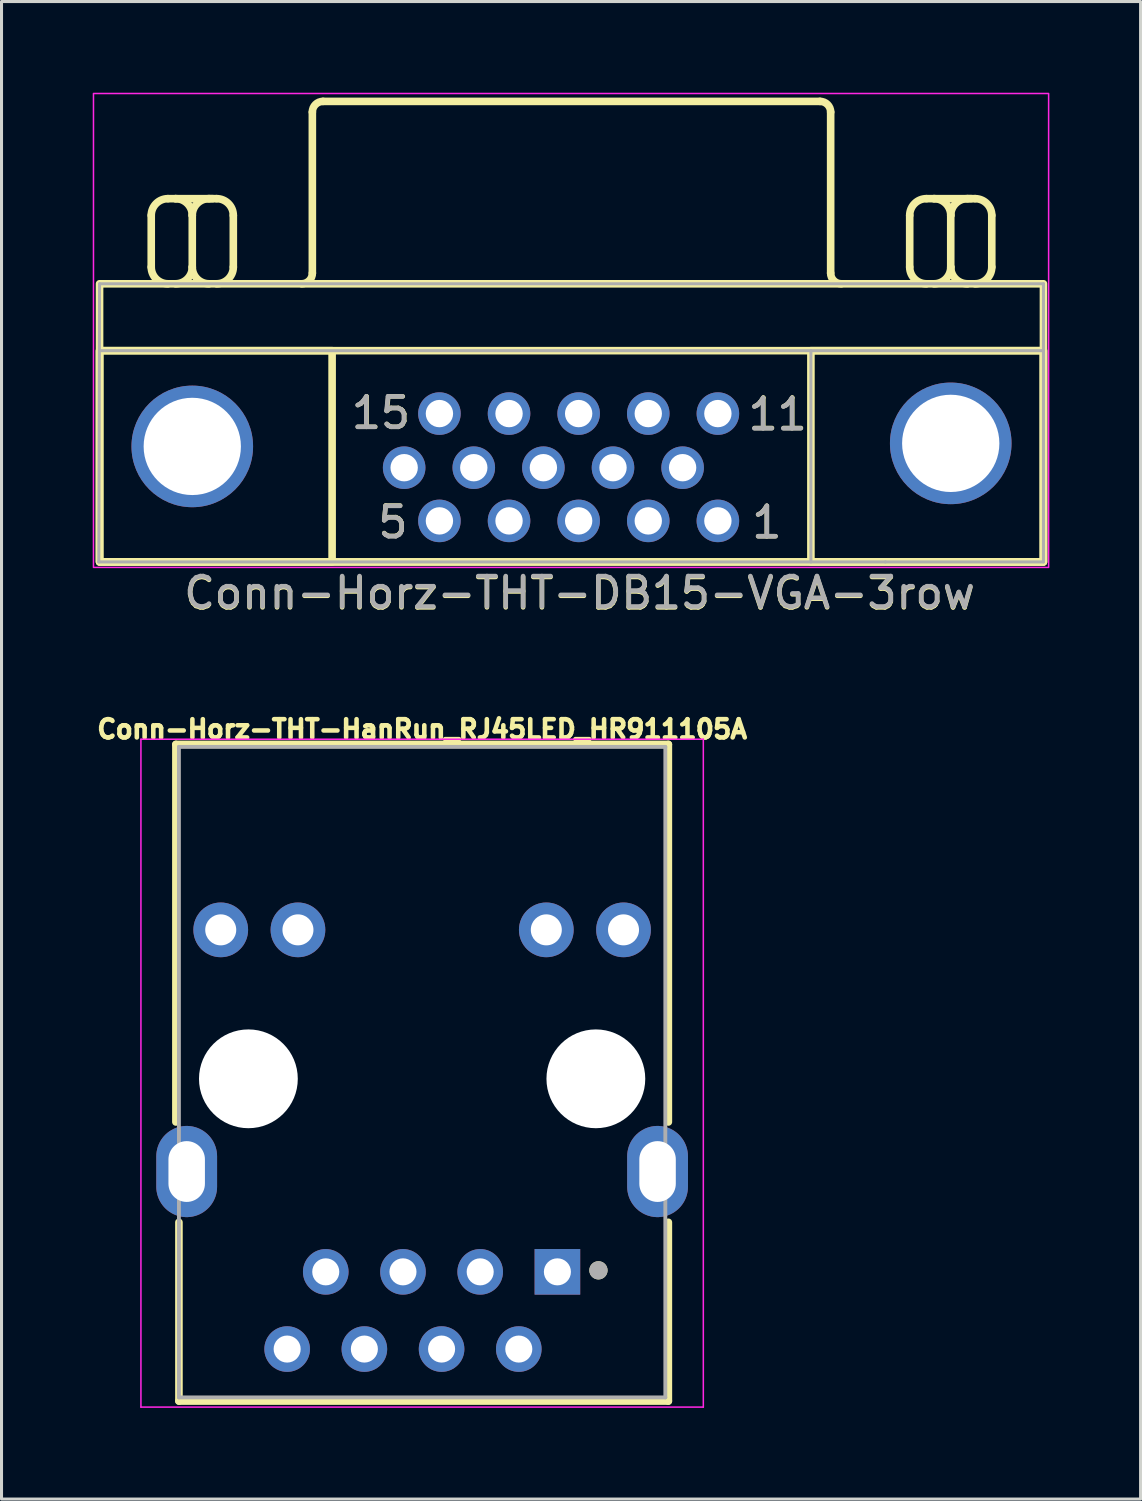
<source format=kicad_pcb>
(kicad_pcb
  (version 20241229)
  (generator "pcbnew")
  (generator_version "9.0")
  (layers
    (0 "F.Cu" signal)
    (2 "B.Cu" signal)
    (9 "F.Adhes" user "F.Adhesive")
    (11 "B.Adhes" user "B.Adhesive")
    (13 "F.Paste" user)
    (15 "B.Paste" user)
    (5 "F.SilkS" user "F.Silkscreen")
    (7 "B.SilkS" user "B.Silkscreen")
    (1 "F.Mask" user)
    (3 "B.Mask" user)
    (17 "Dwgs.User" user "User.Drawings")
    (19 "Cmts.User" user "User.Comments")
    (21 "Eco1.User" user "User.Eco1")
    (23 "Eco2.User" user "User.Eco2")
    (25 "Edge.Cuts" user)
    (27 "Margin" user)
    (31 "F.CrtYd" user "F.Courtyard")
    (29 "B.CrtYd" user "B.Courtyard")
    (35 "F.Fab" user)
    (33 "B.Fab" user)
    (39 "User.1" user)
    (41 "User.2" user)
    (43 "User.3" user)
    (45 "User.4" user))
  (footprint "Conn-Horz-THT-DB15-VGA-3row"
    (layer "F.Cu")
    (at 16.125 12.535)
    (property "Reference" "Conn-Horz-THT-DB15-VGA-3row" (at -0.11 3.94 0) (unlocked yes) (layer "F.SilkS") (effects (font (size 1 1) (thickness 0.15))))
    (attr through_hole)
    (fp_line (start -14.2 -6.8) (end -14.2 -8.5) (stroke (width 0.25) (type solid)) (layer "F.SilkS"))
    (fp_line (start -13.65 -6.25) (end -13.4 -6.25) (stroke (width 0.12) (type solid)) (layer "F.SilkS"))
    (fp_line (start -13.4 -9.05) (end -13.65 -9.05) (stroke (width 0.25) (type solid)) (layer "F.SilkS"))
    (fp_line (start -13.4 -9.05) (end -12.175 -9.05) (stroke (width 0.25) (type solid)) (layer "F.SilkS"))
    (fp_line (start -12.85 -8.5) (end -12.85 -6.8) (stroke (width 0.25) (type solid)) (layer "F.SilkS"))
    (fp_line (start -12.3 -6.25) (end -12.05 -6.25) (stroke (width 0.12) (type solid)) (layer "F.SilkS"))
    (fp_line (start -12.05 -9.05) (end -12.3 -9.05) (stroke (width 0.25) (type solid)) (layer "F.SilkS"))
    (fp_line (start -11.5 -8.5) (end -11.5 -6.8) (stroke (width 0.25) (type solid)) (layer "F.SilkS"))
    (fp_line (start -8.9 -6.6) (end -8.9 -11.9) (stroke (width 0.25) (type solid)) (layer "F.SilkS"))
    (fp_line (start -8.55 -12.25) (end 7.8 -12.25) (stroke (width 0.25) (type solid)) (layer "F.SilkS"))
    (fp_line (start 8.15 -11.9) (end 8.15 -6.6) (stroke (width 0.25) (type solid)) (layer "F.SilkS"))
    (fp_line (start 10.75 -6.8) (end 10.75 -8.5) (stroke (width 0.25) (type solid)) (layer "F.SilkS"))
    (fp_line (start 11.3 -6.25) (end 11.55 -6.25) (stroke (width 0.12) (type solid)) (layer "F.SilkS"))
    (fp_line (start 11.55 -9.05) (end 11.3 -9.05) (stroke (width 0.25) (type solid)) (layer "F.SilkS"))
    (fp_line (start 11.55 -9.05) (end 12.775 -9.05) (stroke (width 0.25) (type solid)) (layer "F.SilkS"))
    (fp_line (start 12.1 -8.5) (end 12.1 -6.8) (stroke (width 0.25) (type solid)) (layer "F.SilkS"))
    (fp_line (start 12.65 -6.25) (end 12.9 -6.25) (stroke (width 0.12) (type solid)) (layer "F.SilkS"))
    (fp_line (start 12.9 -9.05) (end 12.65 -9.05) (stroke (width 0.25) (type solid)) (layer "F.SilkS"))
    (fp_line (start 13.45 -8.5) (end 13.45 -6.8) (stroke (width 0.25) (type solid)) (layer "F.SilkS"))
    (fp_rect (start -15.9 -6.25) (end 15.15 2.9) (stroke (width 0.25) (type solid)) (fill no) (layer "F.SilkS"))
    (fp_rect (start -15.9 -4.05) (end -8.25 2.9) (stroke (width 0.25) (type solid)) (fill no) (layer "F.SilkS"))
    (fp_rect (start -15.9 -4.05) (end 15.15 2.9) (stroke (width 0.25) (type solid)) (fill no) (layer "F.SilkS"))
    (fp_rect (start 7.5 -4.05) (end 15.15 2.9) (stroke (width 0.25) (type solid)) (fill no) (layer "F.SilkS"))
    (fp_arc (start -14.2 -8.5) (mid -14.038909 -8.888909) (end -13.65 -9.05) (stroke (width 0.25) (type solid)) (layer "F.SilkS"))
    (fp_arc (start -13.65 -6.25) (mid -14.038909 -6.411091) (end -14.2 -6.8) (stroke (width 0.25) (type solid)) (layer "F.SilkS"))
    (fp_arc (start -13.4 -9.05) (mid -13.011091 -8.888909) (end -12.85 -8.5) (stroke (width 0.25) (type solid)) (layer "F.SilkS"))
    (fp_arc (start -12.85 -8.5) (mid -12.688909 -8.888909) (end -12.3 -9.05) (stroke (width 0.25) (type solid)) (layer "F.SilkS"))
    (fp_arc (start -12.85 -6.8) (mid -13.011091 -6.411091) (end -13.4 -6.25) (stroke (width 0.25) (type solid)) (layer "F.SilkS"))
    (fp_arc (start -12.3 -6.25) (mid -12.688909 -6.411091) (end -12.85 -6.8) (stroke (width 0.25) (type solid)) (layer "F.SilkS"))
    (fp_arc (start -12.05 -9.05) (mid -11.661091 -8.888909) (end -11.5 -8.5) (stroke (width 0.25) (type solid)) (layer "F.SilkS"))
    (fp_arc (start -11.5 -6.8) (mid -11.661091 -6.411091) (end -12.05 -6.25) (stroke (width 0.25) (type solid)) (layer "F.SilkS"))
    (fp_arc (start -8.9 -11.9) (mid -8.797487 -12.147487) (end -8.55 -12.25) (stroke (width 0.25) (type solid)) (layer "F.SilkS"))
    (fp_arc (start -8.9 -6.6) (mid -9.002513 -6.352513) (end -9.25 -6.25) (stroke (width 0.25) (type solid)) (layer "F.SilkS"))
    (fp_arc (start 7.8 -12.25) (mid 8.047487 -12.147487) (end 8.15 -11.9) (stroke (width 0.25) (type solid)) (layer "F.SilkS"))
    (fp_arc (start 8.5 -6.25) (mid 8.252513 -6.352513) (end 8.15 -6.6) (stroke (width 0.25) (type solid)) (layer "F.SilkS"))
    (fp_arc (start 10.75 -8.5) (mid 10.911091 -8.888909) (end 11.3 -9.05) (stroke (width 0.25) (type solid)) (layer "F.SilkS"))
    (fp_arc (start 11.3 -6.25) (mid 10.911091 -6.411091) (end 10.75 -6.8) (stroke (width 0.25) (type solid)) (layer "F.SilkS"))
    (fp_arc (start 11.55 -9.05) (mid 11.938909 -8.888909) (end 12.1 -8.5) (stroke (width 0.25) (type solid)) (layer "F.SilkS"))
    (fp_arc (start 12.1 -8.5) (mid 12.261091 -8.888909) (end 12.65 -9.05) (stroke (width 0.25) (type solid)) (layer "F.SilkS"))
    (fp_arc (start 12.1 -6.8) (mid 11.938909 -6.411091) (end 11.55 -6.25) (stroke (width 0.25) (type solid)) (layer "F.SilkS"))
    (fp_arc (start 12.65 -6.25) (mid 12.261091 -6.411091) (end 12.1 -6.8) (stroke (width 0.25) (type solid)) (layer "F.SilkS"))
    (fp_arc (start 12.9 -9.05) (mid 13.288909 -8.888909) (end 13.45 -8.5) (stroke (width 0.25) (type solid)) (layer "F.SilkS"))
    (fp_arc (start 13.45 -6.8) (mid 13.288909 -6.411091) (end 12.9 -6.25) (stroke (width 0.25) (type solid)) (layer "F.SilkS"))
    (fp_rect (start -16.1 -12.51) (end 15.32 3.08) (stroke (width 0.05) (type solid)) (fill no) (layer "F.CrtYd"))
    (fp_line (start -15.925 2.9) (end -15.9 -6.25) (stroke (width 0.1) (type solid)) (layer "F.Fab"))
    (fp_line (start -15.9 -6.25) (end 15.15 -6.25) (stroke (width 0.1) (type solid)) (layer "F.Fab"))
    (fp_line (start -15.9 -4.05) (end 15.15 -4.05) (stroke (width 0.1) (type solid)) (layer "F.Fab"))
    (fp_line (start 7.5 -4.05) (end 7.5 2.9) (stroke (width 0.1) (type solid)) (layer "F.Fab"))
    (fp_line (start 9.95 2.9) (end -15.925 2.9) (stroke (width 0.1) (type solid)) (layer "F.Fab"))
    (fp_line (start 15.15 -6.25) (end 15.15 2.9) (stroke (width 0.1) (type solid)) (layer "F.Fab"))
    (fp_line (start 15.15 2.9) (end 9.95 2.9) (stroke (width 0.1) (type solid)) (layer "F.Fab"))
    (fp_text user "1" (at 6.05 1.6 0) (unlocked yes) (layer "F.SilkS") (effects (font (size 1 1) (thickness 0.15))))
    (fp_text user "11" (at 6.41 -1.96 0) (unlocked yes) (layer "F.SilkS") (effects (font (size 1 1) (thickness 0.15))))
    (fp_text user "5" (at -6.25 1.59 0) (unlocked yes) (layer "F.SilkS") (effects (font (size 1 1) (thickness 0.15))))
    (fp_text user "15" (at -6.64 -2 0) (unlocked yes) (layer "F.SilkS") (effects (font (size 1 1) (thickness 0.15))))
    (fp_text user "11" (at 6.4 -1.95 0) (unlocked yes) (layer "F.Fab") (effects (font (size 1 1) (thickness 0.15))))
    (fp_text user "1" (at 6.05 1.6 0) (unlocked yes) (layer "F.Fab") (effects (font (size 1 1) (thickness 0.15))))
    (fp_text user "${REFERENCE}" (at -0.11 3.91 0) (unlocked yes) (layer "F.Fab") (effects (font (size 1 1) (thickness 0.15))))
    (fp_text user "15" (at -6.65 -2 0) (unlocked yes) (layer "F.Fab") (effects (font (size 1 1) (thickness 0.15))))
    (fp_text user "5" (at -6.25 1.6 0) (unlocked yes) (layer "F.Fab") (effects (font (size 1 1) (thickness 0.15))))
    (pad "0" thru_hole circle (at -12.85 -0.9) (size 4 4) (drill 3.2) (layers "*.Cu" "*.Mask"))
    (pad "0" thru_hole circle (at 12.1 -1) (size 4 4) (drill 3.2) (layers "*.Cu" "*.Mask"))
    (pad "1" thru_hole circle (at 4.44 1.55) (size 1.4 1.4) (drill 0.9) (layers "*.Cu" "*.Mask"))
    (pad "2" thru_hole circle (at 2.15 1.55) (size 1.4 1.4) (drill 0.9) (layers "*.Cu" "*.Mask"))
    (pad "3" thru_hole circle (at -0.14 1.55) (size 1.4 1.4) (drill 0.9) (layers "*.Cu" "*.Mask"))
    (pad "4" thru_hole circle (at -2.43 1.55) (size 1.4 1.4) (drill 0.9) (layers "*.Cu" "*.Mask"))
    (pad "5" thru_hole circle (at -4.72 1.55) (size 1.4 1.4) (drill 0.9) (layers "*.Cu" "*.Mask"))
    (pad "6" thru_hole circle (at 3.28 -0.2) (size 1.4 1.4) (drill 0.9) (layers "*.Cu" "*.Mask"))
    (pad "7" thru_hole circle (at 0.99 -0.2) (size 1.4 1.4) (drill 0.9) (layers "*.Cu" "*.Mask"))
    (pad "8" thru_hole circle (at -1.3 -0.2) (size 1.4 1.4) (drill 0.9) (layers "*.Cu" "*.Mask"))
    (pad "9" thru_hole circle (at -3.59 -0.2) (size 1.4 1.4) (drill 0.9) (layers "*.Cu" "*.Mask"))
    (pad "10" thru_hole circle (at -5.88 -0.2) (size 1.4 1.4) (drill 0.9) (layers "*.Cu" "*.Mask"))
    (pad "11" thru_hole circle (at 4.44 -1.98) (size 1.4 1.4) (drill 0.9) (layers "*.Cu" "*.Mask"))
    (pad "12" thru_hole circle (at 2.15 -1.98) (size 1.4 1.4) (drill 0.9) (layers "*.Cu" "*.Mask"))
    (pad "13" thru_hole circle (at -0.14 -1.98) (size 1.4 1.4) (drill 0.9) (layers "*.Cu" "*.Mask"))
    (pad "14" thru_hole circle (at -2.43 -1.98) (size 1.4 1.4) (drill 0.9) (layers "*.Cu" "*.Mask"))
    (pad "15" thru_hole circle (at -4.72 -1.98) (size 1.4 1.4) (drill 0.9) (layers "*.Cu" "*.Mask")))
  (footprint "Conn-Horz-THT-HanRun_RJ45LED_HR911105A"
    (layer "F.Cu")
    (at 10.836 32.438)
    (property "Reference" "Conn-Horz-THT-HanRun_RJ45LED_HR911105A" (at 0 -11.5 0) (layer "F.SilkS") (effects (font (size 0.6 0.6) (thickness 0.15) (bold yes))))
    (attr through_hole)
    (fp_line (start -8.1 -11) (end -8.1 1.42) (stroke (width 0.25) (type solid)) (layer "F.SilkS"))
    (fp_line (start -8 4.72) (end -8 10.6) (stroke (width 0.25) (type solid)) (layer "F.SilkS"))
    (fp_line (start 8.1 -11) (end -8.1 -11) (stroke (width 0.25) (type solid)) (layer "F.SilkS"))
    (fp_line (start 8.1 -11) (end 8.1 1.42) (stroke (width 0.25) (type solid)) (layer "F.SilkS"))
    (fp_line (start 8.1 4.72) (end 8.1 10.6) (stroke (width 0.25) (type solid)) (layer "F.SilkS"))
    (fp_line (start 8.1 10.6) (end -8 10.6) (stroke (width 0.25) (type solid)) (layer "F.SilkS"))
    (fp_circle (center 5.8 6.3) (end 5.95 6.3) (stroke (width 0.3) (type solid)) (fill no) (layer "F.SilkS"))
    (fp_line (start -9.25 -11.17) (end -9.25 10.8) (stroke (width 0.05) (type solid)) (layer "F.CrtYd"))
    (fp_line (start -9.25 10.8) (end 9.25 10.8) (stroke (width 0.05) (type solid)) (layer "F.CrtYd"))
    (fp_line (start 9.25 -11.17) (end -9.25 -11.17) (stroke (width 0.05) (type solid)) (layer "F.CrtYd"))
    (fp_line (start 9.25 10.8) (end 9.25 -11.17) (stroke (width 0.05) (type solid)) (layer "F.CrtYd"))
    (fp_line (start -8 -10.92) (end -8 10.48) (stroke (width 0.127) (type solid)) (layer "F.Fab"))
    (fp_line (start -8 10.48) (end 8 10.48) (stroke (width 0.127) (type solid)) (layer "F.Fab"))
    (fp_line (start 8 -10.92) (end -8 -10.92) (stroke (width 0.127) (type solid)) (layer "F.Fab"))
    (fp_line (start 8 10.48) (end 8 -10.92) (stroke (width 0.127) (type solid)) (layer "F.Fab"))
    (fp_circle (center 5.8 6.3) (end 5.95 6.3) (stroke (width 0.3) (type solid)) (fill no) (layer "F.Fab"))
    (pad "" np_thru_hole circle (at -5.715 0) (size 3.25 3.25) (drill 3.25) (layers "*.Cu" "*.Mask"))
    (pad "" np_thru_hole circle (at 5.715 0) (size 3.25 3.25) (drill 3.25) (layers "*.Cu" "*.Mask"))
    (pad "1" thru_hole rect (at 4.45 6.35) (size 1.5 1.5) (drill 0.89) (layers "*.Cu" "*.Mask"))
    (pad "2" thru_hole circle (at 3.18 8.89) (size 1.5 1.5) (drill 0.89) (layers "*.Cu" "*.Mask"))
    (pad "3" thru_hole circle (at 1.91 6.35) (size 1.5 1.5) (drill 0.89) (layers "*.Cu" "*.Mask"))
    (pad "4" thru_hole circle (at 0.64 8.89) (size 1.5 1.5) (drill 0.89) (layers "*.Cu" "*.Mask"))
    (pad "5" thru_hole circle (at -0.63 6.35) (size 1.5 1.5) (drill 0.89) (layers "*.Cu" "*.Mask"))
    (pad "6" thru_hole circle (at -1.9 8.89) (size 1.5 1.5) (drill 0.89) (layers "*.Cu" "*.Mask"))
    (pad "7" thru_hole circle (at -3.17 6.35) (size 1.5 1.5) (drill 0.89) (layers "*.Cu" "*.Mask"))
    (pad "8" thru_hole circle (at -4.44 8.89) (size 1.5 1.5) (drill 0.89) (layers "*.Cu" "*.Mask"))
    (pad "9" thru_hole circle (at 6.625 -4.9) (size 1.8 1.8) (drill 1.02) (layers "*.Cu" "*.Mask"))
    (pad "10" thru_hole circle (at 4.085 -4.9) (size 1.8 1.8) (drill 1.02) (layers "*.Cu" "*.Mask"))
    (pad "11" thru_hole circle (at -4.085 -4.9) (size 1.8 1.8) (drill 1.02) (layers "*.Cu" "*.Mask"))
    (pad "12" thru_hole circle (at -6.625 -4.9) (size 1.8 1.8) (drill 1.02) (layers "*.Cu" "*.Mask"))
    (pad "SH" thru_hole oval (at -7.745 3.05) (size 2 3) (drill oval 1.2 2) (layers "*.Cu" "*.Mask"))
    (pad "SH" thru_hole oval (at 7.745 3.05) (size 2 3) (drill oval 1.2 2) (layers "*.Cu" "*.Mask")))
  (gr_rect
    (start -3 -3)
    (end 34.47 46.263)
    (stroke (width 0.1) (type default))
    (fill no)
    (layer "Edge.Cuts")))
</source>
